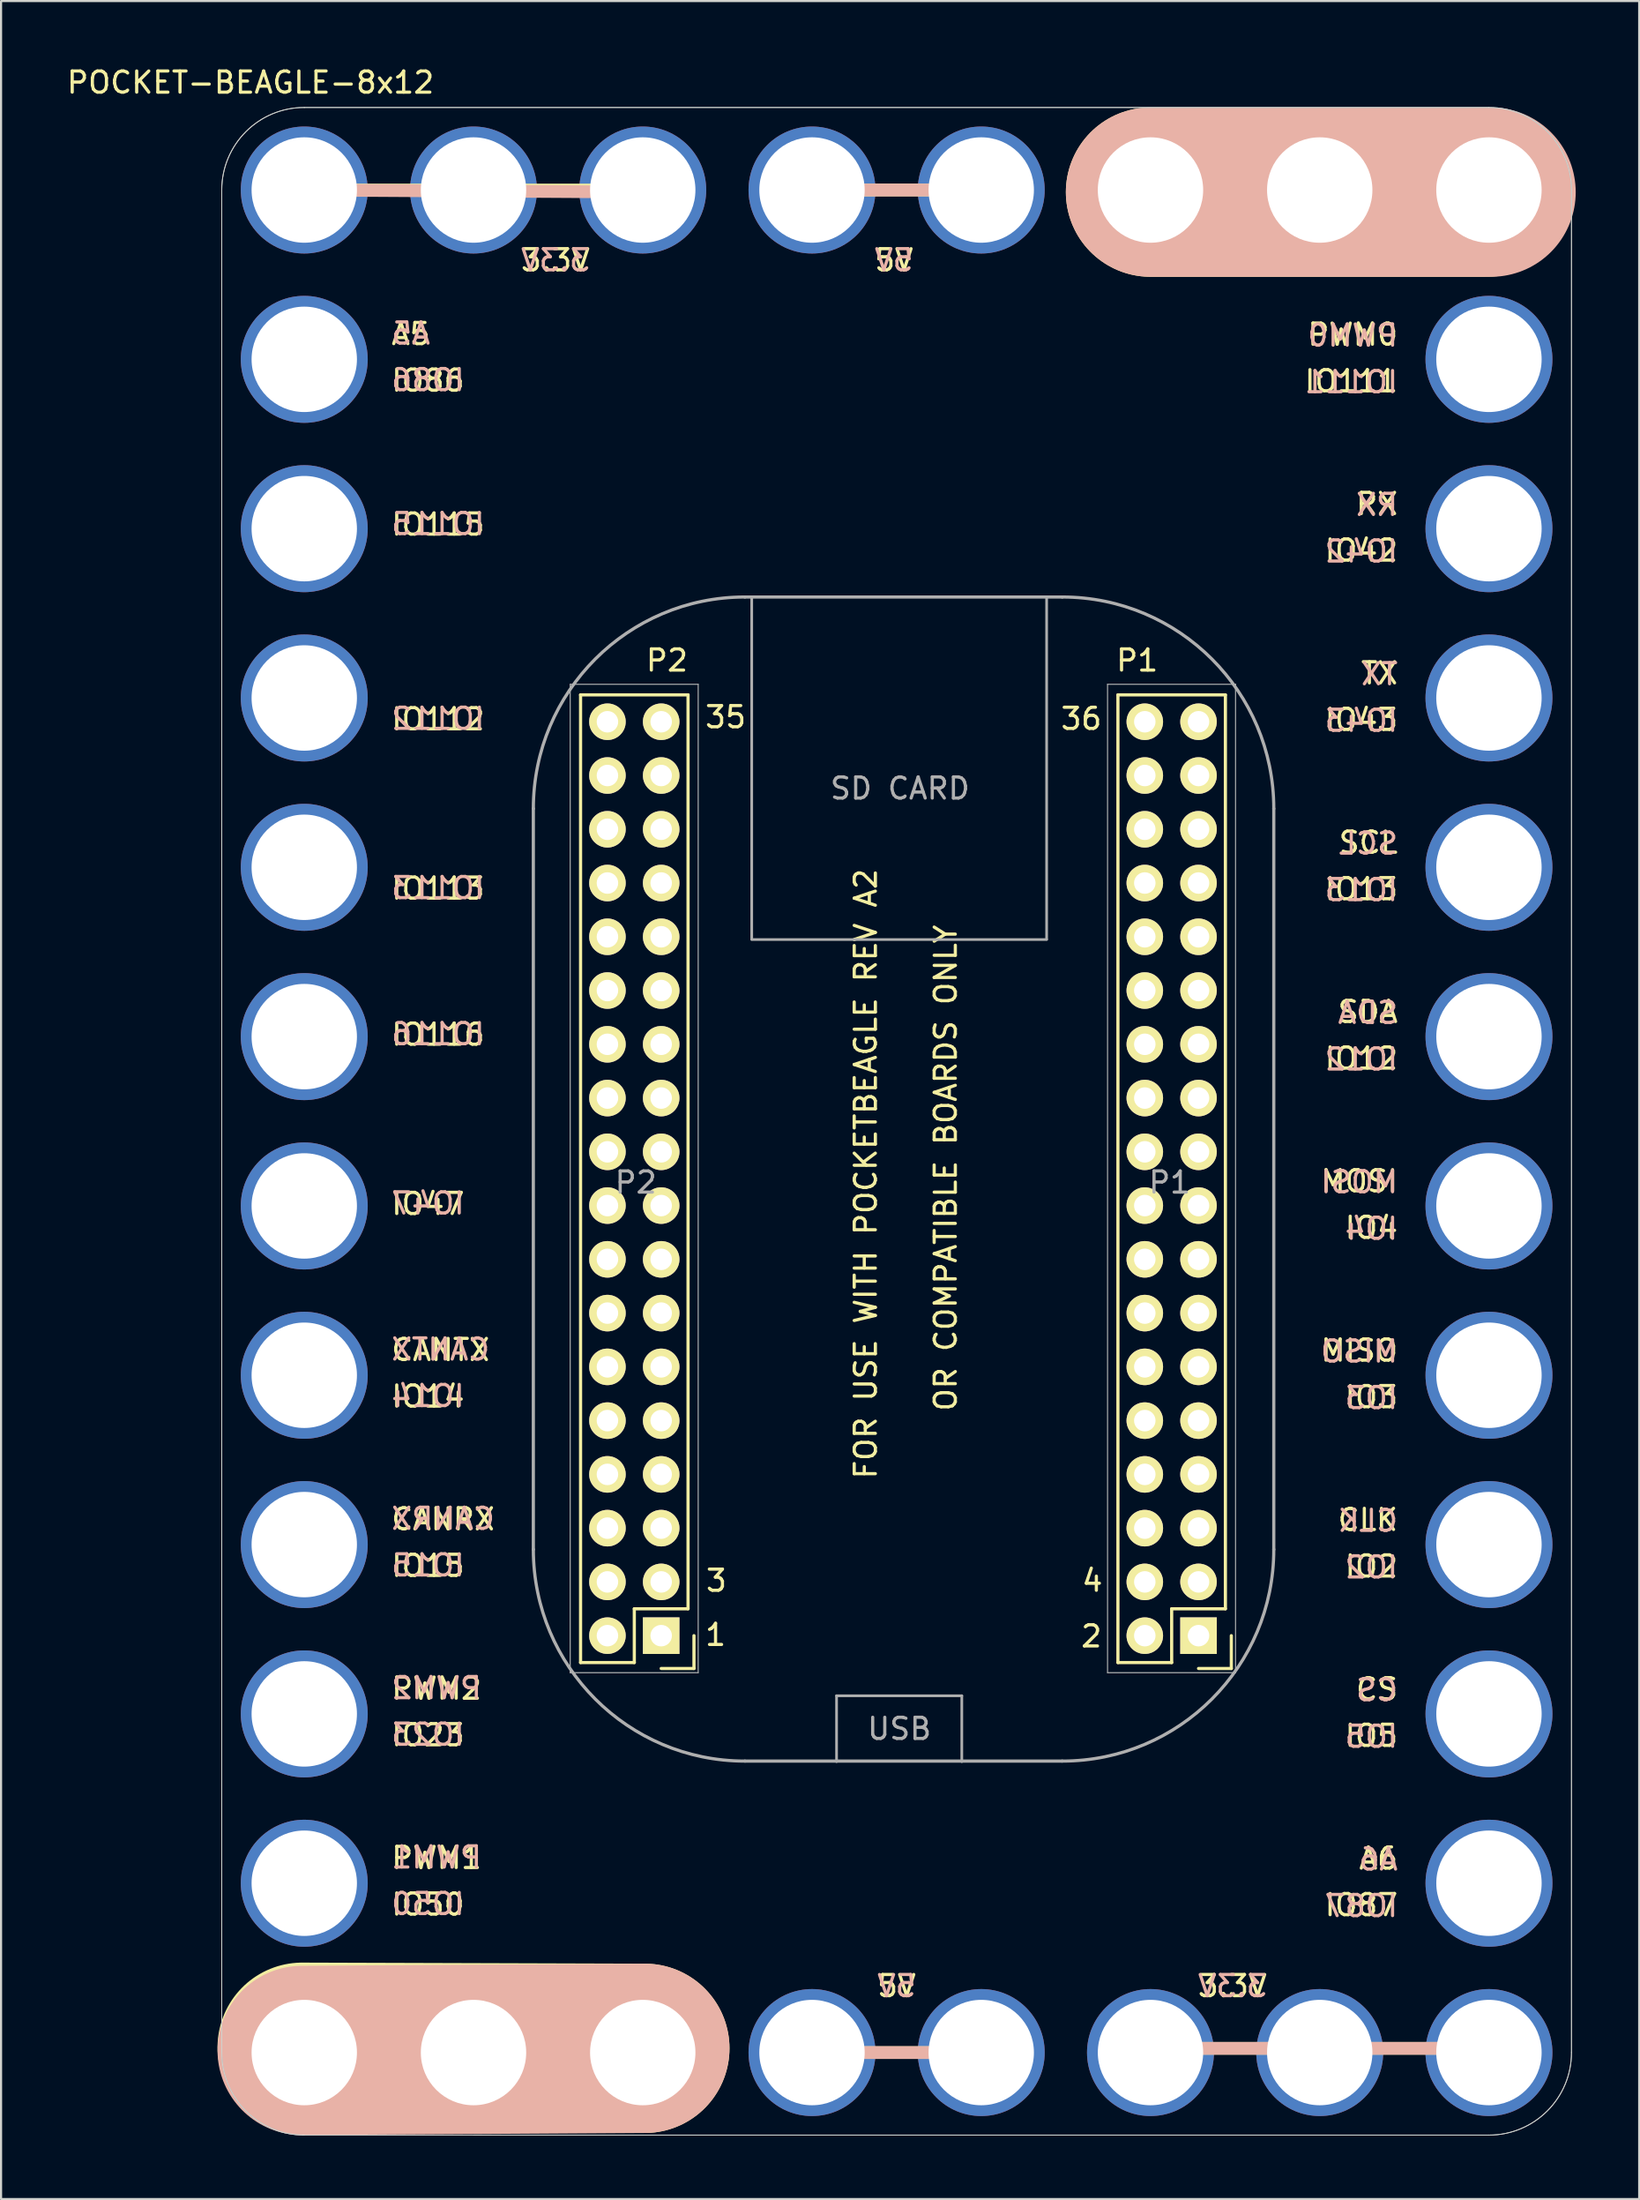
<source format=kicad_pcb>
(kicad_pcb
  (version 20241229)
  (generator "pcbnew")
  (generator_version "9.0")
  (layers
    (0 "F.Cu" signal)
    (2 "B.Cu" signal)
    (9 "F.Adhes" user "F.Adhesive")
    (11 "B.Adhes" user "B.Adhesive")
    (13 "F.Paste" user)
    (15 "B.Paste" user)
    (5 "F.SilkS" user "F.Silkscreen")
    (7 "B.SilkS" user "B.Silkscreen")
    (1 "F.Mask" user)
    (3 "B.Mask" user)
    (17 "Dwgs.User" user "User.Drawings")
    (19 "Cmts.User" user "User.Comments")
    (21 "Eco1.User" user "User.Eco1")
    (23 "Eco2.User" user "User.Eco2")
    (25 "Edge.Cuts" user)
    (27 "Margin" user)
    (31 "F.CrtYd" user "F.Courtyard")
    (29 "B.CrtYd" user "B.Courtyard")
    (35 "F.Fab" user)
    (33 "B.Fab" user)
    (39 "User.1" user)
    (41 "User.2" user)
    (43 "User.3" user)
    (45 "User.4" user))
  (footprint "POCKET-BEAGLE-8x12"
    (layer "F.Cu")
    (at 11.332 5.928)
    (property "Reference" "POCKET-BEAGLE-8x12" (at -2.54 -5.08 0) (layer "F.SilkS") (effects (font (size 1 1) (thickness 0.15))))
    (attr through_hole)
    (fp_line (start -0.5 0) (end 16.3 0) (stroke (width 0.6) (type solid)) (layer "F.SilkS"))
    (fp_line (start 13.061 23.853) (end 18.141 23.853) (stroke (width 0.15) (type solid)) (layer "F.SilkS"))
    (fp_line (start 13.061 69.573) (end 13.061 23.853) (stroke (width 0.15) (type solid)) (layer "F.SilkS"))
    (fp_line (start 13.061 69.573) (end 15.601 69.573) (stroke (width 0.15) (type solid)) (layer "F.SilkS"))
    (fp_line (start 15.601 67.033) (end 18.141 67.033) (stroke (width 0.15) (type solid)) (layer "F.SilkS"))
    (fp_line (start 15.601 69.573) (end 15.601 67.033) (stroke (width 0.15) (type solid)) (layer "F.SilkS"))
    (fp_line (start 16.1 87.8) (end -0.1 87.75) (stroke (width 8) (type solid)) (layer "F.SilkS"))
    (fp_line (start 16.871 69.853) (end 18.421 69.853) (stroke (width 0.15) (type solid)) (layer "F.SilkS"))
    (fp_line (start 18.141 23.853) (end 18.141 67.033) (stroke (width 0.15) (type solid)) (layer "F.SilkS"))
    (fp_line (start 18.421 69.853) (end 18.421 68.303) (stroke (width 0.15) (type solid)) (layer "F.SilkS"))
    (fp_line (start 23.3 0) (end 31.9 0) (stroke (width 0.6) (type solid)) (layer "F.SilkS"))
    (fp_line (start 23.8 88) (end 32.1 88) (stroke (width 0.6) (type solid)) (layer "F.SilkS"))
    (fp_line (start 38.461 23.853) (end 43.541 23.853) (stroke (width 0.15) (type solid)) (layer "F.SilkS"))
    (fp_line (start 38.461 69.573) (end 38.461 23.853) (stroke (width 0.15) (type solid)) (layer "F.SilkS"))
    (fp_line (start 38.461 69.573) (end 41.001 69.573) (stroke (width 0.15) (type solid)) (layer "F.SilkS"))
    (fp_line (start 39.8 87.8) (end 56.2 87.8) (stroke (width 0.6) (type solid)) (layer "F.SilkS"))
    (fp_line (start 40 0.1) (end 55.9 0.1) (stroke (width 8) (type solid)) (layer "F.SilkS"))
    (fp_line (start 41.001 67.033) (end 43.541 67.033) (stroke (width 0.15) (type solid)) (layer "F.SilkS"))
    (fp_line (start 41.001 69.573) (end 41.001 67.033) (stroke (width 0.15) (type solid)) (layer "F.SilkS"))
    (fp_line (start 42.271 69.853) (end 43.821 69.853) (stroke (width 0.15) (type solid)) (layer "F.SilkS"))
    (fp_line (start 43.541 23.853) (end 43.541 67.033) (stroke (width 0.15) (type solid)) (layer "F.SilkS"))
    (fp_line (start 43.821 69.853) (end 43.821 68.303) (stroke (width 0.15) (type solid)) (layer "F.SilkS"))
    (fp_line (start -0.5 0) (end 16.8 0.1) (stroke (width 0.6) (type solid)) (layer "B.SilkS"))
    (fp_line (start 16.1 87.8) (end -0.1 87.9) (stroke (width 8) (type solid)) (layer "B.SilkS"))
    (fp_line (start 23.3 0) (end 31.9 0) (stroke (width 0.6) (type solid)) (layer "B.SilkS"))
    (fp_line (start 32.9 88) (end 24.3 88) (stroke (width 0.6) (type solid)) (layer "B.SilkS"))
    (fp_line (start 40 0.1) (end 56.1 0.1) (stroke (width 8) (type solid)) (layer "B.SilkS"))
    (fp_line (start 56.7 87.8) (end 39.8 87.8) (stroke (width 0.6) (type solid)) (layer "B.SilkS"))
    (fp_line (start -3.9 0) (end -3.9 88) (stroke (width 0.041) (type solid)) (layer "Edge.Cuts"))
    (fp_line (start -0.1 91.9) (end 56 91.9) (stroke (width 0.041) (type solid)) (layer "Edge.Cuts"))
    (fp_line (start 56 -3.9) (end 0 -3.9) (stroke (width 0.041) (type solid)) (layer "Edge.Cuts"))
    (fp_line (start 59.9 88) (end 59.9 0) (stroke (width 0.041) (type solid)) (layer "Edge.Cuts"))
    (fp_arc (start -3.9 0) (mid -2.757716 -2.757716) (end 0 -3.9) (stroke (width 0.04064) (type solid)) (layer "Edge.Cuts"))
    (fp_arc (start 0 91.9) (mid -2.755309 90.760122) (end -3.899994 88.006807) (stroke (width 0.04064) (type solid)) (layer "Edge.Cuts"))
    (fp_arc (start 56 -3.9) (mid 58.755309 -2.760122) (end 59.899994 -0.006807) (stroke (width 0.04064) (type solid)) (layer "Edge.Cuts"))
    (fp_arc (start 59.9 88) (mid 58.757716 90.757716) (end 56 91.9) (stroke (width 0.04064) (type solid)) (layer "Edge.Cuts"))
    (fp_line (start -3.9 0) (end -3.9 88) (stroke (width 0.041) (type solid)) (layer "F.Fab"))
    (fp_line (start 8 91.9) (end 56 91.9) (stroke (width 0.041) (type solid)) (layer "F.Fab"))
    (fp_line (start 10.828 29.229) (end 10.828 64.229) (stroke (width 0.15) (type solid)) (layer "F.Fab"))
    (fp_line (start 12.571 70.053) (end 12.571 23.353) (stroke (width 0.05) (type solid)) (layer "F.Fab"))
    (fp_line (start 18.621 23.353) (end 12.571 23.353) (stroke (width 0.05) (type solid)) (layer "F.Fab"))
    (fp_line (start 18.621 70.053) (end 12.571 70.053) (stroke (width 0.05) (type solid)) (layer "F.Fab"))
    (fp_line (start 18.621 70.053) (end 18.621 23.353) (stroke (width 0.05) (type solid)) (layer "F.Fab"))
    (fp_line (start 20.828 74.229) (end 35.828 74.229) (stroke (width 0.15) (type solid)) (layer "F.Fab"))
    (fp_line (start 21.151 35.393) (end 21.151 19.253) (stroke (width 0.127) (type solid)) (layer "F.Fab"))
    (fp_line (start 21.151 35.413) (end 35.091 35.413) (stroke (width 0.127) (type solid)) (layer "F.Fab"))
    (fp_line (start 25.161 74.253) (end 25.161 71.143) (stroke (width 0.127) (type solid)) (layer "F.Fab"))
    (fp_line (start 31.081 71.143) (end 25.161 71.143) (stroke (width 0.127) (type solid)) (layer "F.Fab"))
    (fp_line (start 31.081 74.253) (end 31.081 71.143) (stroke (width 0.127) (type solid)) (layer "F.Fab"))
    (fp_line (start 35.091 35.393) (end 35.091 19.253) (stroke (width 0.127) (type solid)) (layer "F.Fab"))
    (fp_line (start 35.828 19.229) (end 20.828 19.229) (stroke (width 0.15) (type solid)) (layer "F.Fab"))
    (fp_line (start 37.971 70.053) (end 37.971 23.353) (stroke (width 0.05) (type solid)) (layer "F.Fab"))
    (fp_line (start 44.021 23.353) (end 37.971 23.353) (stroke (width 0.05) (type solid)) (layer "F.Fab"))
    (fp_line (start 44.021 70.053) (end 37.971 70.053) (stroke (width 0.05) (type solid)) (layer "F.Fab"))
    (fp_line (start 44.021 70.053) (end 44.021 23.353) (stroke (width 0.05) (type solid)) (layer "F.Fab"))
    (fp_line (start 45.828 64.229) (end 45.828 29.229) (stroke (width 0.15) (type solid)) (layer "F.Fab"))
    (fp_line (start 56 -3.9) (end 0 -3.9) (stroke (width 0.041) (type solid)) (layer "F.Fab"))
    (fp_line (start 59.9 88) (end 59.9 0) (stroke (width 0.041) (type solid)) (layer "F.Fab"))
    (fp_arc (start -3.9 0) (mid -2.757716 -2.757716) (end 0 -3.9) (stroke (width 0.04064) (type solid)) (layer "F.Fab"))
    (fp_arc (start 0 91.9) (mid -2.755309 90.760122) (end -3.899994 88.006807) (stroke (width 0.04064) (type solid)) (layer "F.Fab"))
    (fp_arc (start 10.828326 29.229008) (mid 13.757258 22.15794) (end 20.828326 19.229008) (stroke (width 0.15) (type solid)) (layer "F.Fab"))
    (fp_arc (start 20.828326 74.229008) (mid 13.757258 71.300076) (end 10.828326 64.229008) (stroke (width 0.15) (type solid)) (layer "F.Fab"))
    (fp_arc (start 35.828326 19.229008) (mid 42.899394 22.15794) (end 45.828326 29.229008) (stroke (width 0.15) (type solid)) (layer "F.Fab"))
    (fp_arc (start 45.828326 64.229008) (mid 42.899394 71.300076) (end 35.828326 74.229008) (stroke (width 0.15) (type solid)) (layer "F.Fab"))
    (fp_arc (start 56 -3.9) (mid 58.755309 -2.760122) (end 59.899994 -0.006807) (stroke (width 0.04064) (type solid)) (layer "F.Fab"))
    (fp_arc (start 59.9 88) (mid 58.757716 90.757716) (end 56 91.9) (stroke (width 0.04064) (type solid)) (layer "F.Fab"))
    (fp_text user "4" (at 37.251 65.703 180) (layer "F.SilkS") (effects (font (size 1 1) (thickness 0.15))))
    (fp_text user "IO113" (at 6.324 33.002 0) (layer "F.SilkS") (effects (font (size 1 1) (thickness 0.15))))
    (fp_text user "IO43" (at 49.966 25.03 0) (layer "F.SilkS") (effects (font (size 1 1) (thickness 0.15))))
    (fp_text user "5V" (at 28 84.857 0) (layer "F.SilkS") (effects (font (size 1 1) (thickness 0.15))))
    (fp_text user "SCL" (at 50.299 30.83 0) (layer "F.SilkS") (effects (font (size 1 1) (thickness 0.15))))
    (fp_text user "IO23" (at 5.848 73.002 0) (layer "F.SilkS") (effects (font (size 1 1) (thickness 0.15))))
    (fp_text user "2" (at 37.208 68.333 180) (layer "F.SilkS") (effects (font (size 1 1) (thickness 0.15))))
    (fp_text user "35" (at 19.918 24.903 180) (layer "F.SilkS") (effects (font (size 1 1) (thickness 0.15))))
    (fp_text user "MOSI" (at 49.87 46.83 180) (layer "F.SilkS") (effects (font (size 1 1) (thickness 0.15))))
    (fp_text user "PWM1" (at 6.253 78.802 0) (layer "F.SilkS") (effects (font (size 1 1) (thickness 0.15))))
    (fp_text user "P1" (at 39.37 22.225 0) (layer "F.SilkS") (effects (font (size 1 1) (thickness 0.15))))
    (fp_text user "IO2" (at 50.442 65.03 0) (layer "F.SilkS") (effects (font (size 1 1) (thickness 0.15))))
    (fp_text user "CLK" (at 50.275 62.83 0) (layer "F.SilkS") (effects (font (size 1 1) (thickness 0.15))))
    (fp_text user "SDA" (at 50.275 38.83 0) (layer "F.SilkS") (effects (font (size 1 1) (thickness 0.15))))
    (fp_text user "5V" (at 27.873 3.316 0) (layer "F.SilkS") (effects (font (size 1 1) (thickness 0.15))))
    (fp_text user "CANRX" (at 6.562 62.802 0) (layer "F.SilkS") (effects (font (size 1 1) (thickness 0.15))))
    (fp_text user "IO13" (at 49.966 33.03 0) (layer "F.SilkS") (effects (font (size 1 1) (thickness 0.15))))
    (fp_text user "A6" (at 50.775 78.83 0) (layer "F.SilkS") (effects (font (size 1 1) (thickness 0.15))))
    (fp_text user "IO87" (at 49.966 81.03 0) (layer "F.SilkS") (effects (font (size 1 1) (thickness 0.15))))
    (fp_text user "IO15" (at 5.848 65.002 0) (layer "F.SilkS") (effects (font (size 1 1) (thickness 0.15))))
    (fp_text user "IO3" (at 50.442 57.03 0) (layer "F.SilkS") (effects (font (size 1 1) (thickness 0.15))))
    (fp_text user "1" (at 19.441 68.263 180) (layer "F.SilkS") (effects (font (size 1 1) (thickness 0.15))))
    (fp_text user "IO116" (at 6.324 39.902 0) (layer "F.SilkS") (effects (font (size 1 1) (thickness 0.15))))
    (fp_text user "CANTX" (at 6.443 54.802 0) (layer "F.SilkS") (effects (font (size 1 1) (thickness 0.15))))
    (fp_text user "FOR USE WITH POCKETBEAGLE REV A2" (at 26.54 46.482 90) (layer "F.SilkS") (effects (font (size 1 1) (thickness 0.15))))
    (fp_text user "IO12" (at 49.966 41.03 0) (layer "F.SilkS") (effects (font (size 1 1) (thickness 0.15))))
    (fp_text user "MISO" (at 49.87 54.83 180) (layer "F.SilkS") (effects (font (size 1 1) (thickness 0.15))))
    (fp_text user "IO115" (at 6.324 15.802 0) (layer "F.SilkS") (effects (font (size 1 1) (thickness 0.15))))
    (fp_text user "3.3V" (at 11.873 3.316 0) (layer "F.SilkS") (effects (font (size 1 1) (thickness 0.15))))
    (fp_text user "IO4" (at 50.442 49.03 0) (layer "F.SilkS") (effects (font (size 1 1) (thickness 0.15))))
    (fp_text user "PWM2" (at 6.253 70.802 0) (layer "F.SilkS") (effects (font (size 1 1) (thickness 0.15))))
    (fp_text user "IO14" (at 5.848 57.002 0) (layer "F.SilkS") (effects (font (size 1 1) (thickness 0.15))))
    (fp_text user "OR COMPATIBLE BOARDS ONLY" (at 30.32 46.205 90) (layer "F.SilkS") (effects (font (size 1 1) (thickness 0.15))))
    (fp_text user "IO42" (at 49.966 17.03 0) (layer "F.SilkS") (effects (font (size 1 1) (thickness 0.15))))
    (fp_text user "3.3V" (at 43.873 84.857 0) (layer "F.SilkS") (effects (font (size 1 1) (thickness 0.15))))
    (fp_text user "A5" (at 5.039 6.802 0) (layer "F.SilkS") (effects (font (size 1 1) (thickness 0.15))))
    (fp_text user "P2" (at 17.145 22.225 0) (layer "F.SilkS") (effects (font (size 1 1) (thickness 0.15))))
    (fp_text user "IO5" (at 50.442 73.03 0) (layer "F.SilkS") (effects (font (size 1 1) (thickness 0.15))))
    (fp_text user "3" (at 19.481 65.703 180) (layer "F.SilkS") (effects (font (size 1 1) (thickness 0.15))))
    (fp_text user "TX" (at 50.823 22.83 0) (layer "F.SilkS") (effects (font (size 1 1) (thickness 0.15))))
    (fp_text user "IO47" (at 5.848 47.902 0) (layer "F.SilkS") (effects (font (size 1 1) (thickness 0.15))))
    (fp_text user "36" (at 36.731 24.983 180) (layer "F.SilkS") (effects (font (size 1 1) (thickness 0.15))))
    (fp_text user "IO50" (at 5.848 81.002 0) (layer "F.SilkS") (effects (font (size 1 1) (thickness 0.15))))
    (fp_text user "PWM0" (at 49.561 6.83 0) (layer "F.SilkS") (effects (font (size 1 1) (thickness 0.15))))
    (fp_text user "CS" (at 50.704 70.83 0) (layer "F.SilkS") (effects (font (size 1 1) (thickness 0.15))))
    (fp_text user "IO111" (at 49.49 9.03 0) (layer "F.SilkS") (effects (font (size 1 1) (thickness 0.15))))
    (fp_text user "IO112" (at 6.324 25.002 0) (layer "F.SilkS") (effects (font (size 1 1) (thickness 0.15))))
    (fp_text user "RX" (at 50.704 14.83 0) (layer "F.SilkS") (effects (font (size 1 1) (thickness 0.15))))
    (fp_text user "IO86" (at 5.848 9.002 0) (layer "F.SilkS") (effects (font (size 1 1) (thickness 0.15))))
    (fp_text user "MOSI" (at 49.87 46.874 0) (layer "B.SilkS") (effects (font (size 1 1) (thickness 0.15)) (justify mirror)))
    (fp_text user "PWM1" (at 6.253 78.778 0) (layer "B.SilkS") (effects (font (size 1 1) (thickness 0.15)) (justify mirror)))
    (fp_text user "IO112" (at 6.324 24.978 0) (layer "B.SilkS") (effects (font (size 1 1) (thickness 0.15)) (justify mirror)))
    (fp_text user "TX" (at 50.823 22.874 0) (layer "B.SilkS") (effects (font (size 1 1) (thickness 0.15)) (justify mirror)))
    (fp_text user "CANTX" (at 6.443 54.778 0) (layer "B.SilkS") (effects (font (size 1 1) (thickness 0.15)) (justify mirror)))
    (fp_text user "A6" (at 50.775 78.874 0) (layer "B.SilkS") (effects (font (size 1 1) (thickness 0.15)) (justify mirror)))
    (fp_text user "IO50" (at 5.848 80.978 0) (layer "B.SilkS") (effects (font (size 1 1) (thickness 0.15)) (justify mirror)))
    (fp_text user "5V" (at 27.873 3.316 0) (layer "B.SilkS") (effects (font (size 1 1) (thickness 0.15)) (justify mirror)))
    (fp_text user "IO14" (at 5.848 56.978 0) (layer "B.SilkS") (effects (font (size 1 1) (thickness 0.15)) (justify mirror)))
    (fp_text user "SDA" (at 50.275 38.874 0) (layer "B.SilkS") (effects (font (size 1 1) (thickness 0.15)) (justify mirror)))
    (fp_text user "IO23" (at 5.848 72.978 0) (layer "B.SilkS") (effects (font (size 1 1) (thickness 0.15)) (justify mirror)))
    (fp_text user "PWM2" (at 6.253 70.778 0) (layer "B.SilkS") (effects (font (size 1 1) (thickness 0.15)) (justify mirror)))
    (fp_text user "IO113" (at 6.324 32.978 0) (layer "B.SilkS") (effects (font (size 1 1) (thickness 0.15)) (justify mirror)))
    (fp_text user "MISO" (at 49.87 54.874 0) (layer "B.SilkS") (effects (font (size 1 1) (thickness 0.15)) (justify mirror)))
    (fp_text user "SCL" (at 50.299 30.874 0) (layer "B.SilkS") (effects (font (size 1 1) (thickness 0.15)) (justify mirror)))
    (fp_text user "IO12" (at 49.966 41.074 0) (layer "B.SilkS") (effects (font (size 1 1) (thickness 0.15)) (justify mirror)))
    (fp_text user "IO86" (at 5.848 8.978 0) (layer "B.SilkS") (effects (font (size 1 1) (thickness 0.15)) (justify mirror)))
    (fp_text user "IO3" (at 50.442 57.074 0) (layer "B.SilkS") (effects (font (size 1 1) (thickness 0.15)) (justify mirror)))
    (fp_text user "IO4" (at 50.442 49.074 0) (layer "B.SilkS") (effects (font (size 1 1) (thickness 0.15)) (justify mirror)))
    (fp_text user "IO111" (at 49.49 9.074 0) (layer "B.SilkS") (effects (font (size 1 1) (thickness 0.15)) (justify mirror)))
    (fp_text user "CANRX" (at 6.562 62.778 0) (layer "B.SilkS") (effects (font (size 1 1) (thickness 0.15)) (justify mirror)))
    (fp_text user "IO2" (at 50.442 65.074 0) (layer "B.SilkS") (effects (font (size 1 1) (thickness 0.15)) (justify mirror)))
    (fp_text user "A5" (at 5.039 6.778 0) (layer "B.SilkS") (effects (font (size 1 1) (thickness 0.15)) (justify mirror)))
    (fp_text user "IO43" (at 49.966 25.074 0) (layer "B.SilkS") (effects (font (size 1 1) (thickness 0.15)) (justify mirror)))
    (fp_text user "IO5" (at 50.442 73.074 0) (layer "B.SilkS") (effects (font (size 1 1) (thickness 0.15)) (justify mirror)))
    (fp_text user "IO42" (at 49.966 17.074 0) (layer "B.SilkS") (effects (font (size 1 1) (thickness 0.15)) (justify mirror)))
    (fp_text user "IO116" (at 6.324 39.878 0) (layer "B.SilkS") (effects (font (size 1 1) (thickness 0.15)) (justify mirror)))
    (fp_text user "IO47" (at 5.848 47.878 0) (layer "B.SilkS") (effects (font (size 1 1) (thickness 0.15)) (justify mirror)))
    (fp_text user "IO15" (at 5.848 64.978 0) (layer "B.SilkS") (effects (font (size 1 1) (thickness 0.15)) (justify mirror)))
    (fp_text user "3.3V" (at 43.873 84.857 0) (layer "B.SilkS") (effects (font (size 1 1) (thickness 0.15)) (justify mirror)))
    (fp_text user "5V" (at 28 84.857 0) (layer "B.SilkS") (effects (font (size 1 1) (thickness 0.15)) (justify mirror)))
    (fp_text user "CS" (at 50.704 70.874 0) (layer "B.SilkS") (effects (font (size 1 1) (thickness 0.15)) (justify mirror)))
    (fp_text user "IO87" (at 49.966 81.074 0) (layer "B.SilkS") (effects (font (size 1 1) (thickness 0.15)) (justify mirror)))
    (fp_text user "3.3V" (at 11.873 3.316 0) (layer "B.SilkS") (effects (font (size 1 1) (thickness 0.15)) (justify mirror)))
    (fp_text user "CLK" (at 50.275 62.874 0) (layer "B.SilkS") (effects (font (size 1 1) (thickness 0.15)) (justify mirror)))
    (fp_text user "PWM0" (at 49.561 6.874 0) (layer "B.SilkS") (effects (font (size 1 1) (thickness 0.15)) (justify mirror)))
    (fp_text user "IO13" (at 49.966 33.074 0) (layer "B.SilkS") (effects (font (size 1 1) (thickness 0.15)) (justify mirror)))
    (fp_text user "IO115" (at 6.324 15.778 0) (layer "B.SilkS") (effects (font (size 1 1) (thickness 0.15)) (justify mirror)))
    (fp_text user "RX" (at 50.704 14.874 0) (layer "B.SilkS") (effects (font (size 1 1) (thickness 0.15)) (justify mirror)))
    (fp_text user "P2" (at 15.671 46.89 180) (layer "F.Fab") (effects (font (size 1 1) (thickness 0.15))))
    (fp_text user "P1" (at 40.905 46.89 180) (layer "F.Fab") (effects (font (size 1 1) (thickness 0.15))))
    (fp_text user "SD CARD" (at 28.161 28.273 180) (layer "F.Fab") (effects (font (size 1 1) (thickness 0.15))))
    (fp_text user "USB" (at 28.131 72.703 180) (layer "F.Fab") (effects (font (size 1 1) (thickness 0.15))))
    (pad "P101" thru_hole rect (at 42.271 68.303 180) (size 1.727 1.727) (drill 1.016) (layers "*.Cu" "*.Mask" "F.SilkS"))
    (pad "P102" thru_hole oval (at 39.731 68.303 180) (size 1.727 1.727) (drill 1.016) (layers "*.Cu" "*.Mask" "F.SilkS"))
    (pad "P102" thru_hole circle (at 56 80 270) (size 6 6) (drill 4.98) (layers "*.Cu" "*.Mask"))
    (pad "P103" thru_hole oval (at 42.271 65.763 180) (size 1.727 1.727) (drill 1.016) (layers "*.Cu" "*.Mask" "F.SilkS"))
    (pad "P104" thru_hole oval (at 39.731 65.763 180) (size 1.727 1.727) (drill 1.016) (layers "*.Cu" "*.Mask" "F.SilkS"))
    (pad "P105" thru_hole oval (at 42.271 63.223 180) (size 1.727 1.727) (drill 1.016) (layers "*.Cu" "*.Mask" "F.SilkS"))
    (pad "P106" thru_hole oval (at 39.731 63.223 180) (size 1.727 1.727) (drill 1.016) (layers "*.Cu" "*.Mask" "F.SilkS"))
    (pad "P106" thru_hole circle (at 56 72 270) (size 6 6) (drill 4.98) (layers "*.Cu" "*.Mask"))
    (pad "P107" thru_hole oval (at 42.271 60.683 180) (size 1.727 1.727) (drill 1.016) (layers "*.Cu" "*.Mask" "F.SilkS"))
    (pad "P108" thru_hole oval (at 39.731 60.683 180) (size 1.727 1.727) (drill 1.016) (layers "*.Cu" "*.Mask" "F.SilkS"))
    (pad "P108" thru_hole circle (at 56 64 270) (size 6 6) (drill 4.98) (layers "*.Cu" "*.Mask"))
    (pad "P109" thru_hole oval (at 42.271 58.143 180) (size 1.727 1.727) (drill 1.016) (layers "*.Cu" "*.Mask" "F.SilkS"))
    (pad "P110" thru_hole oval (at 39.731 58.143 180) (size 1.727 1.727) (drill 1.016) (layers "*.Cu" "*.Mask" "F.SilkS"))
    (pad "P110" thru_hole circle (at 56 56 270) (size 6 6) (drill 4.98) (layers "*.Cu" "*.Mask"))
    (pad "P111" thru_hole oval (at 42.271 55.603 180) (size 1.727 1.727) (drill 1.016) (layers "*.Cu" "*.Mask" "F.SilkS"))
    (pad "P112" thru_hole oval (at 39.731 55.603 180) (size 1.727 1.727) (drill 1.016) (layers "*.Cu" "*.Mask" "F.SilkS"))
    (pad "P112" thru_hole circle (at 55.999 48 270) (size 6 6) (drill 4.98) (layers "*.Cu" "*.Mask"))
    (pad "P113" thru_hole oval (at 42.271 53.063 180) (size 1.727 1.727) (drill 1.016) (layers "*.Cu" "*.Mask" "F.SilkS"))
    (pad "P114" thru_hole oval (at 39.731 53.063 180) (size 1.727 1.727) (drill 1.016) (layers "*.Cu" "*.Mask" "F.SilkS"))
    (pad "P115" thru_hole oval (at 42.271 50.523 180) (size 1.727 1.727) (drill 1.016) (layers "*.Cu" "*.Mask" "F.SilkS"))
    (pad "P116" thru_hole oval (at 39.731 50.523 180) (size 1.727 1.727) (drill 1.016) (layers "*.Cu" "*.Mask" "F.SilkS"))
    (pad "P117" thru_hole oval (at 42.271 47.983 180) (size 1.727 1.727) (drill 1.016) (layers "*.Cu" "*.Mask" "F.SilkS"))
    (pad "P118" thru_hole oval (at 39.731 47.983 180) (size 1.727 1.727) (drill 1.016) (layers "*.Cu" "*.Mask" "F.SilkS"))
    (pad "P119" thru_hole oval (at 42.271 45.443 180) (size 1.727 1.727) (drill 1.016) (layers "*.Cu" "*.Mask" "F.SilkS"))
    (pad "P120" thru_hole oval (at 39.731 45.443 180) (size 1.727 1.727) (drill 1.016) (layers "*.Cu" "*.Mask" "F.SilkS"))
    (pad "P121" thru_hole oval (at 42.271 42.903 180) (size 1.727 1.727) (drill 1.016) (layers "*.Cu" "*.Mask" "F.SilkS"))
    (pad "P122" thru_hole circle (at 0 88 270) (size 6 6) (drill 4.98) (layers "*.Cu" "*.Mask"))
    (pad "P122" thru_hole circle (at 8 88 270) (size 6 6) (drill 4.98) (layers "*.Cu" "*.Mask"))
    (pad "P122" thru_hole circle (at 16 88 270) (size 6 6) (drill 4.98) (layers "*.Cu" "*.Mask"))
    (pad "P122" thru_hole oval (at 39.731 42.903 180) (size 1.727 1.727) (drill 1.016) (layers "*.Cu" "*.Mask" "F.SilkS"))
    (pad "P122" thru_hole circle (at 40 0 270) (size 6 6) (drill 4.98) (layers "*.Cu" "*.Mask"))
    (pad "P122" thru_hole circle (at 48 0 270) (size 6 6) (drill 4.98) (layers "*.Cu" "*.Mask"))
    (pad "P122" thru_hole circle (at 55.999 0 270) (size 6 6) (drill 4.98) (layers "*.Cu" "*.Mask"))
    (pad "P123" thru_hole oval (at 42.271 40.363 180) (size 1.727 1.727) (drill 1.016) (layers "*.Cu" "*.Mask" "F.SilkS"))
    (pad "P124" thru_hole oval (at 39.731 40.363 180) (size 1.727 1.727) (drill 1.016) (layers "*.Cu" "*.Mask" "F.SilkS"))
    (pad "P125" thru_hole oval (at 42.271 37.823 180) (size 1.727 1.727) (drill 1.016) (layers "*.Cu" "*.Mask" "F.SilkS"))
    (pad "P126" thru_hole oval (at 39.731 37.823 180) (size 1.727 1.727) (drill 1.016) (layers "*.Cu" "*.Mask" "F.SilkS"))
    (pad "P126" thru_hole circle (at 56 40 270) (size 6 6) (drill 4.98) (layers "*.Cu" "*.Mask"))
    (pad "P127" thru_hole oval (at 42.271 35.283 180) (size 1.727 1.727) (drill 1.016) (layers "*.Cu" "*.Mask" "F.SilkS"))
    (pad "P128" thru_hole oval (at 39.731 35.283 180) (size 1.727 1.727) (drill 1.016) (layers "*.Cu" "*.Mask" "F.SilkS"))
    (pad "P128" thru_hole circle (at 55.999 32 270) (size 6 6) (drill 4.98) (layers "*.Cu" "*.Mask"))
    (pad "P129" thru_hole oval (at 42.271 32.743 180) (size 1.727 1.727) (drill 1.016) (layers "*.Cu" "*.Mask" "F.SilkS"))
    (pad "P130" thru_hole oval (at 39.731 32.743 180) (size 1.727 1.727) (drill 1.016) (layers "*.Cu" "*.Mask" "F.SilkS"))
    (pad "P130" thru_hole circle (at 55.999 24 270) (size 6 6) (drill 4.98) (layers "*.Cu" "*.Mask"))
    (pad "P131" thru_hole oval (at 42.271 30.203 180) (size 1.727 1.727) (drill 1.016) (layers "*.Cu" "*.Mask" "F.SilkS"))
    (pad "P132" thru_hole oval (at 39.731 30.203 180) (size 1.727 1.727) (drill 1.016) (layers "*.Cu" "*.Mask" "F.SilkS"))
    (pad "P132" thru_hole circle (at 55.999 16 270) (size 6 6) (drill 4.98) (layers "*.Cu" "*.Mask"))
    (pad "P133" thru_hole oval (at 42.271 27.663 180) (size 1.727 1.727) (drill 1.016) (layers "*.Cu" "*.Mask" "F.SilkS"))
    (pad "P133" thru_hole circle (at 55.999 8 270) (size 6 6) (drill 4.98) (layers "*.Cu" "*.Mask"))
    (pad "P134" thru_hole oval (at 39.731 27.663 180) (size 1.727 1.727) (drill 1.016) (layers "*.Cu" "*.Mask" "F.SilkS"))
    (pad "P135" thru_hole oval (at 42.271 25.123 180) (size 1.727 1.727) (drill 1.016) (layers "*.Cu" "*.Mask" "F.SilkS"))
    (pad "P136" thru_hole oval (at 39.731 25.123 180) (size 1.727 1.727) (drill 1.016) (layers "*.Cu" "*.Mask" "F.SilkS"))
    (pad "P201" thru_hole circle (at 0 80 270) (size 6 6) (drill 4.98) (layers "*.Cu" "*.Mask"))
    (pad "P201" thru_hole rect (at 16.871 68.303 180) (size 1.727 1.727) (drill 1.016) (layers "*.Cu" "*.Mask" "F.SilkS"))
    (pad "P202" thru_hole oval (at 14.331 68.303 180) (size 1.727 1.727) (drill 1.016) (layers "*.Cu" "*.Mask" "F.SilkS"))
    (pad "P203" thru_hole circle (at 0 72 270) (size 6 6) (drill 4.98) (layers "*.Cu" "*.Mask"))
    (pad "P203" thru_hole oval (at 16.871 65.763 180) (size 1.727 1.727) (drill 1.016) (layers "*.Cu" "*.Mask" "F.SilkS"))
    (pad "P204" thru_hole oval (at 14.331 65.763 180) (size 1.727 1.727) (drill 1.016) (layers "*.Cu" "*.Mask" "F.SilkS"))
    (pad "P205" thru_hole oval (at 16.871 63.223 180) (size 1.727 1.727) (drill 1.016) (layers "*.Cu" "*.Mask" "F.SilkS"))
    (pad "P206" thru_hole oval (at 14.331 63.223 180) (size 1.727 1.727) (drill 1.016) (layers "*.Cu" "*.Mask" "F.SilkS"))
    (pad "P207" thru_hole oval (at 16.871 60.683 180) (size 1.727 1.727) (drill 1.016) (layers "*.Cu" "*.Mask" "F.SilkS"))
    (pad "P208" thru_hole oval (at 14.331 60.683 180) (size 1.727 1.727) (drill 1.016) (layers "*.Cu" "*.Mask" "F.SilkS"))
    (pad "P209" thru_hole circle (at 0 64 270) (size 6 6) (drill 4.98) (layers "*.Cu" "*.Mask"))
    (pad "P209" thru_hole oval (at 16.871 58.143 180) (size 1.727 1.727) (drill 1.016) (layers "*.Cu" "*.Mask" "F.SilkS"))
    (pad "P210" thru_hole oval (at 14.331 58.143 180) (size 1.727 1.727) (drill 1.016) (layers "*.Cu" "*.Mask" "F.SilkS"))
    (pad "P211" thru_hole circle (at 0 56 270) (size 6 6) (drill 4.98) (layers "*.Cu" "*.Mask"))
    (pad "P211" thru_hole oval (at 16.871 55.603 180) (size 1.727 1.727) (drill 1.016) (layers "*.Cu" "*.Mask" "F.SilkS"))
    (pad "P212" thru_hole oval (at 14.331 55.603 180) (size 1.727 1.727) (drill 1.016) (layers "*.Cu" "*.Mask" "F.SilkS"))
    (pad "P213" thru_hole oval (at 16.871 53.063 180) (size 1.727 1.727) (drill 1.016) (layers "*.Cu" "*.Mask" "F.SilkS"))
    (pad "P213" thru_hole circle (at 24 0 270) (size 6 6) (drill 4.98) (layers "*.Cu" "*.Mask"))
    (pad "P213" thru_hole circle (at 24 88 270) (size 6 6) (drill 4.98) (layers "*.Cu" "*.Mask"))
    (pad "P213" thru_hole circle (at 32 0 270) (size 6 6) (drill 4.98) (layers "*.Cu" "*.Mask"))
    (pad "P213" thru_hole circle (at 32 88 270) (size 6 6) (drill 4.98) (layers "*.Cu" "*.Mask"))
    (pad "P214" thru_hole oval (at 14.331 53.063 180) (size 1.727 1.727) (drill 1.016) (layers "*.Cu" "*.Mask" "F.SilkS"))
    (pad "P215" thru_hole oval (at 16.871 50.523 180) (size 1.727 1.727) (drill 1.016) (layers "*.Cu" "*.Mask" "F.SilkS"))
    (pad "P216" thru_hole oval (at 14.331 50.523 180) (size 1.727 1.727) (drill 1.016) (layers "*.Cu" "*.Mask" "F.SilkS"))
    (pad "P217" thru_hole oval (at 16.871 47.983 180) (size 1.727 1.727) (drill 1.016) (layers "*.Cu" "*.Mask" "F.SilkS"))
    (pad "P218" thru_hole circle (at 0 48 270) (size 6 6) (drill 4.98) (layers "*.Cu" "*.Mask"))
    (pad "P218" thru_hole oval (at 14.331 47.983 180) (size 1.727 1.727) (drill 1.016) (layers "*.Cu" "*.Mask" "F.SilkS"))
    (pad "P219" thru_hole oval (at 16.871 45.443 180) (size 1.727 1.727) (drill 1.016) (layers "*.Cu" "*.Mask" "F.SilkS"))
    (pad "P220" thru_hole oval (at 14.331 45.443 180) (size 1.727 1.727) (drill 1.016) (layers "*.Cu" "*.Mask" "F.SilkS"))
    (pad "P221" thru_hole oval (at 16.871 42.903 180) (size 1.727 1.727) (drill 1.016) (layers "*.Cu" "*.Mask" "F.SilkS"))
    (pad "P222" thru_hole oval (at 14.331 42.903 180) (size 1.727 1.727) (drill 1.016) (layers "*.Cu" "*.Mask" "F.SilkS"))
    (pad "P223" thru_hole circle (at 0 0 270) (size 6 6) (drill 4.98) (layers "*.Cu" "*.Mask"))
    (pad "P223" thru_hole circle (at 8 0 270) (size 6 6) (drill 4.98) (layers "*.Cu" "*.Mask"))
    (pad "P223" thru_hole circle (at 16 0 270) (size 6 6) (drill 4.98) (layers "*.Cu" "*.Mask"))
    (pad "P223" thru_hole oval (at 16.871 40.363 180) (size 1.727 1.727) (drill 1.016) (layers "*.Cu" "*.Mask" "F.SilkS"))
    (pad "P223" thru_hole circle (at 40 88 270) (size 6 6) (drill 4.98) (layers "*.Cu" "*.Mask"))
    (pad "P223" thru_hole circle (at 48 88 270) (size 6 6) (drill 4.98) (layers "*.Cu" "*.Mask"))
    (pad "P223" thru_hole circle (at 55.999 88 270) (size 6 6) (drill 4.98) (layers "*.Cu" "*.Mask"))
    (pad "P224" thru_hole oval (at 14.331 40.363 180) (size 1.727 1.727) (drill 1.016) (layers "*.Cu" "*.Mask" "F.SilkS"))
    (pad "P225" thru_hole oval (at 16.871 37.823 180) (size 1.727 1.727) (drill 1.016) (layers "*.Cu" "*.Mask" "F.SilkS"))
    (pad "P226" thru_hole oval (at 14.331 37.823 180) (size 1.727 1.727) (drill 1.016) (layers "*.Cu" "*.Mask" "F.SilkS"))
    (pad "P227" thru_hole oval (at 16.871 35.283 180) (size 1.727 1.727) (drill 1.016) (layers "*.Cu" "*.Mask" "F.SilkS"))
    (pad "P228" thru_hole circle (at 0 40 270) (size 6 6) (drill 4.98) (layers "*.Cu" "*.Mask"))
    (pad "P228" thru_hole oval (at 14.331 35.283 180) (size 1.727 1.727) (drill 1.016) (layers "*.Cu" "*.Mask" "F.SilkS"))
    (pad "P229" thru_hole oval (at 16.871 32.743 180) (size 1.727 1.727) (drill 1.016) (layers "*.Cu" "*.Mask" "F.SilkS"))
    (pad "P230" thru_hole circle (at 0 32 270) (size 6 6) (drill 4.98) (layers "*.Cu" "*.Mask"))
    (pad "P230" thru_hole oval (at 14.331 32.743 180) (size 1.727 1.727) (drill 1.016) (layers "*.Cu" "*.Mask" "F.SilkS"))
    (pad "P231" thru_hole oval (at 16.871 30.203 180) (size 1.727 1.727) (drill 1.016) (layers "*.Cu" "*.Mask" "F.SilkS"))
    (pad "P232" thru_hole circle (at 0 24 270) (size 6 6) (drill 4.98) (layers "*.Cu" "*.Mask"))
    (pad "P232" thru_hole oval (at 14.331 30.203 180) (size 1.727 1.727) (drill 1.016) (layers "*.Cu" "*.Mask" "F.SilkS"))
    (pad "P233" thru_hole oval (at 16.871 27.663 180) (size 1.727 1.727) (drill 1.016) (layers "*.Cu" "*.Mask" "F.SilkS"))
    (pad "P234" thru_hole circle (at 0 16 270) (size 6 6) (drill 4.98) (layers "*.Cu" "*.Mask"))
    (pad "P234" thru_hole oval (at 14.331 27.663 180) (size 1.727 1.727) (drill 1.016) (layers "*.Cu" "*.Mask" "F.SilkS"))
    (pad "P235" thru_hole circle (at 0 8 270) (size 6 6) (drill 4.98) (layers "*.Cu" "*.Mask"))
    (pad "P235" thru_hole oval (at 16.871 25.123 180) (size 1.727 1.727) (drill 1.016) (layers "*.Cu" "*.Mask" "F.SilkS"))
    (pad "P236" thru_hole oval (at 14.331 25.123 180) (size 1.727 1.727) (drill 1.016) (layers "*.Cu" "*.Mask" "F.SilkS")))
  (gr_rect
    (start -3 -3)
    (end 74.432 100.849)
    (stroke (width 0.1) (type default))
    (fill no)
    (layer "Edge.Cuts")))
</source>
